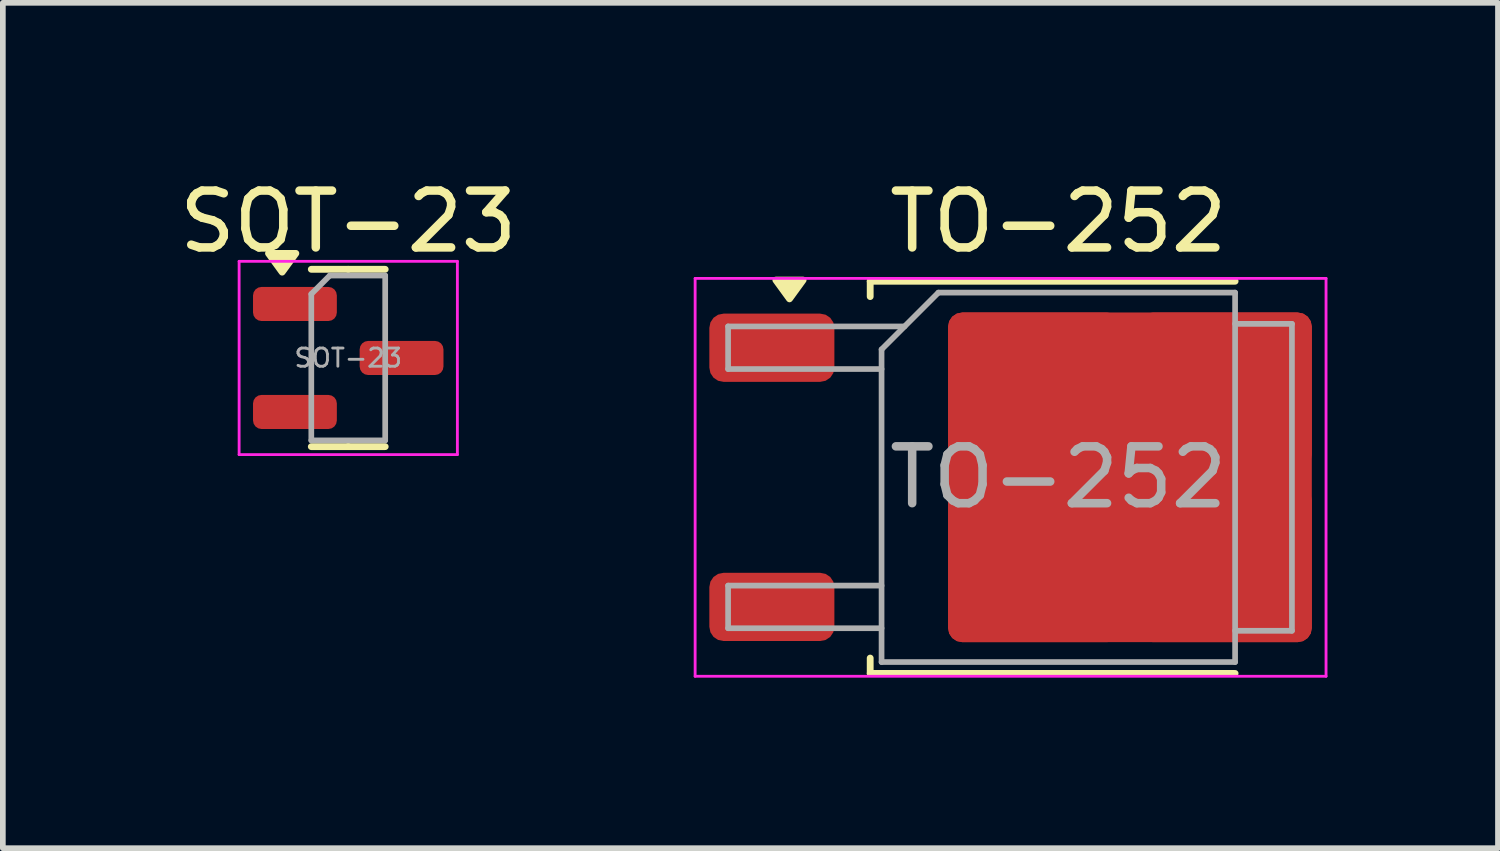
<source format=kicad_pcb>
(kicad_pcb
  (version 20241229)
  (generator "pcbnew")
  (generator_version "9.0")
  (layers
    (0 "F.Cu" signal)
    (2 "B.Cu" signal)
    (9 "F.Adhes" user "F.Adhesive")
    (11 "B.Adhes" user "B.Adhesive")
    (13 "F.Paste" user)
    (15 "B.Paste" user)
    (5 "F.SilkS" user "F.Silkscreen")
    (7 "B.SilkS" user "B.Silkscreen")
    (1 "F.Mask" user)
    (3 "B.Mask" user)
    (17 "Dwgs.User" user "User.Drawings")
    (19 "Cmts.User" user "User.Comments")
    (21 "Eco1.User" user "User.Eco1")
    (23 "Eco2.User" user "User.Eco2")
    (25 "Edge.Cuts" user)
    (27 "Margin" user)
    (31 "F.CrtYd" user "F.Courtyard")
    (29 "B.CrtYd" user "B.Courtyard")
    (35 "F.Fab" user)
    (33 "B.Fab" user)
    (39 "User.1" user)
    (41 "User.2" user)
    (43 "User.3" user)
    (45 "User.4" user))
  (footprint "TO-252"
    (layer "F.Cu")
    (at 15.57 5.348)
    (property "Reference" "TO-252" (at 0 -4.5 0) (layer "F.SilkS") (effects (font (size 1 1) (thickness 0.15))))
    (attr smd)
    (fp_line (start -3.31 -3.45) (end -3.31 -3.18) (stroke (width 0.12) (type solid)) (layer "F.SilkS"))
    (fp_line (start -3.31 3.45) (end -3.31 3.18) (stroke (width 0.12) (type solid)) (layer "F.SilkS"))
    (fp_line (start 3.11 -3.45) (end -3.31 -3.45) (stroke (width 0.12) (type solid)) (layer "F.SilkS"))
    (fp_line (start 3.11 3.45) (end -3.31 3.45) (stroke (width 0.12) (type solid)) (layer "F.SilkS"))
    (fp_poly (pts (xy -4.73 -3.14) (xy -4.97 -3.47) (xy -4.49 -3.47) (xy -4.73 -3.14)) (stroke (width 0.12) (type solid)) (fill yes) (layer "F.SilkS"))
    (fp_line (start -6.39 -3.5) (end -6.39 3.5) (stroke (width 0.05) (type solid)) (layer "F.CrtYd"))
    (fp_line (start -6.39 3.5) (end 4.71 3.5) (stroke (width 0.05) (type solid)) (layer "F.CrtYd"))
    (fp_line (start 4.71 -3.5) (end -6.39 -3.5) (stroke (width 0.05) (type solid)) (layer "F.CrtYd"))
    (fp_line (start 4.71 3.5) (end 4.71 -3.5) (stroke (width 0.05) (type solid)) (layer "F.CrtYd"))
    (fp_line (start -5.81 -2.655) (end -5.81 -1.905) (stroke (width 0.1) (type solid)) (layer "F.Fab"))
    (fp_line (start -5.81 -1.905) (end -3.11 -1.905) (stroke (width 0.1) (type solid)) (layer "F.Fab"))
    (fp_line (start -5.81 1.905) (end -5.81 2.655) (stroke (width 0.1) (type solid)) (layer "F.Fab"))
    (fp_line (start -5.81 2.655) (end -3.11 2.655) (stroke (width 0.1) (type solid)) (layer "F.Fab"))
    (fp_line (start -3.11 -2.25) (end -2.11 -3.25) (stroke (width 0.1) (type solid)) (layer "F.Fab"))
    (fp_line (start -3.11 1.905) (end -5.81 1.905) (stroke (width 0.1) (type solid)) (layer "F.Fab"))
    (fp_line (start -3.11 3.25) (end -3.11 -2.25) (stroke (width 0.1) (type solid)) (layer "F.Fab"))
    (fp_line (start -2.705 -2.655) (end -5.81 -2.655) (stroke (width 0.1) (type solid)) (layer "F.Fab"))
    (fp_line (start -2.11 -3.25) (end 3.11 -3.25) (stroke (width 0.1) (type solid)) (layer "F.Fab"))
    (fp_line (start 3.11 -3.25) (end 3.11 3.25) (stroke (width 0.1) (type solid)) (layer "F.Fab"))
    (fp_line (start 3.11 -2.7) (end 4.11 -2.7) (stroke (width 0.1) (type solid)) (layer "F.Fab"))
    (fp_line (start 3.11 3.25) (end -3.11 3.25) (stroke (width 0.1) (type solid)) (layer "F.Fab"))
    (fp_line (start 4.11 -2.7) (end 4.11 2.7) (stroke (width 0.1) (type solid)) (layer "F.Fab"))
    (fp_line (start 4.11 2.7) (end 3.11 2.7) (stroke (width 0.1) (type solid)) (layer "F.Fab"))
    (fp_text user "${REFERENCE}" (at 0 0 0) (layer "F.Fab") (effects (font (size 1 1) (thickness 0.15))))
    (pad "1" smd roundrect (at -0.415 -1.525) (size 3.05 2.75) (layers "F.Cu" "F.Paste") (roundrect_rratio 0.091))
    (pad "1" smd roundrect (at -0.415 1.525) (size 3.05 2.75) (layers "F.Cu" "F.Paste") (roundrect_rratio 0.091))
    (pad "1" smd roundrect (at 1.26 0) (size 6.4 5.8) (layers "F.Cu" "F.Mask") (roundrect_rratio 0.043))
    (pad "1" smd roundrect (at 2.935 -1.525) (size 3.05 2.75) (layers "F.Cu" "F.Paste") (roundrect_rratio 0.091))
    (pad "1" smd roundrect (at 2.935 1.525) (size 3.05 2.75) (layers "F.Cu" "F.Paste") (roundrect_rratio 0.091))
    (pad "2" smd roundrect (at -5.04 -2.28) (size 2.2 1.2) (layers "F.Cu" "F.Mask" "F.Paste") (roundrect_rratio 0.208))
    (pad "3" smd roundrect (at -5.04 2.28) (size 2.2 1.2) (layers "F.Cu" "F.Mask" "F.Paste") (roundrect_rratio 0.208)))
  (footprint "SOT-23"
    (layer "F.Cu")
    (at 3.077 3.248)
    (property "Reference" "SOT-23" (at 0 -2.4 0) (layer "F.SilkS") (effects (font (size 1 1) (thickness 0.15))))
    (attr smd)
    (fp_line (start 0 -1.56) (end -0.65 -1.56) (stroke (width 0.12) (type solid)) (layer "F.SilkS"))
    (fp_line (start 0 -1.56) (end 0.65 -1.56) (stroke (width 0.12) (type solid)) (layer "F.SilkS"))
    (fp_line (start 0 1.56) (end -0.65 1.56) (stroke (width 0.12) (type solid)) (layer "F.SilkS"))
    (fp_line (start 0 1.56) (end 0.65 1.56) (stroke (width 0.12) (type solid)) (layer "F.SilkS"))
    (fp_poly (pts (xy -1.163 -1.51) (xy -1.403 -1.84) (xy -0.922 -1.84) (xy -1.163 -1.51)) (stroke (width 0.12) (type solid)) (fill yes) (layer "F.SilkS"))
    (fp_line (start -1.92 -1.7) (end -1.92 1.7) (stroke (width 0.05) (type solid)) (layer "F.CrtYd"))
    (fp_line (start -1.92 1.7) (end 1.92 1.7) (stroke (width 0.05) (type solid)) (layer "F.CrtYd"))
    (fp_line (start 1.92 -1.7) (end -1.92 -1.7) (stroke (width 0.05) (type solid)) (layer "F.CrtYd"))
    (fp_line (start 1.92 1.7) (end 1.92 -1.7) (stroke (width 0.05) (type solid)) (layer "F.CrtYd"))
    (fp_line (start -0.65 -1.125) (end -0.325 -1.45) (stroke (width 0.1) (type solid)) (layer "F.Fab"))
    (fp_line (start -0.65 1.45) (end -0.65 -1.125) (stroke (width 0.1) (type solid)) (layer "F.Fab"))
    (fp_line (start -0.325 -1.45) (end 0.65 -1.45) (stroke (width 0.1) (type solid)) (layer "F.Fab"))
    (fp_line (start 0.65 -1.45) (end 0.65 1.45) (stroke (width 0.1) (type solid)) (layer "F.Fab"))
    (fp_line (start 0.65 1.45) (end -0.65 1.45) (stroke (width 0.1) (type solid)) (layer "F.Fab"))
    (fp_text user "${REFERENCE}" (at 0 0 0) (layer "F.Fab") (effects (font (size 0.32 0.32) (thickness 0.05))))
    (pad "1" smd roundrect (at 0.938 0) (size 1.475 0.6) (layers "F.Cu" "F.Mask" "F.Paste") (roundrect_rratio 0.25))
    (pad "2" smd roundrect (at -0.938 -0.95) (size 1.475 0.6) (layers "F.Cu" "F.Mask" "F.Paste") (roundrect_rratio 0.25))
    (pad "3" smd roundrect (at -0.938 0.95) (size 1.475 0.6) (layers "F.Cu" "F.Mask" "F.Paste") (roundrect_rratio 0.25)))
  (gr_rect
    (start -3 -3)
    (end 23.305 11.873)
    (stroke (width 0.1) (type default))
    (fill no)
    (layer "Edge.Cuts")))
</source>
